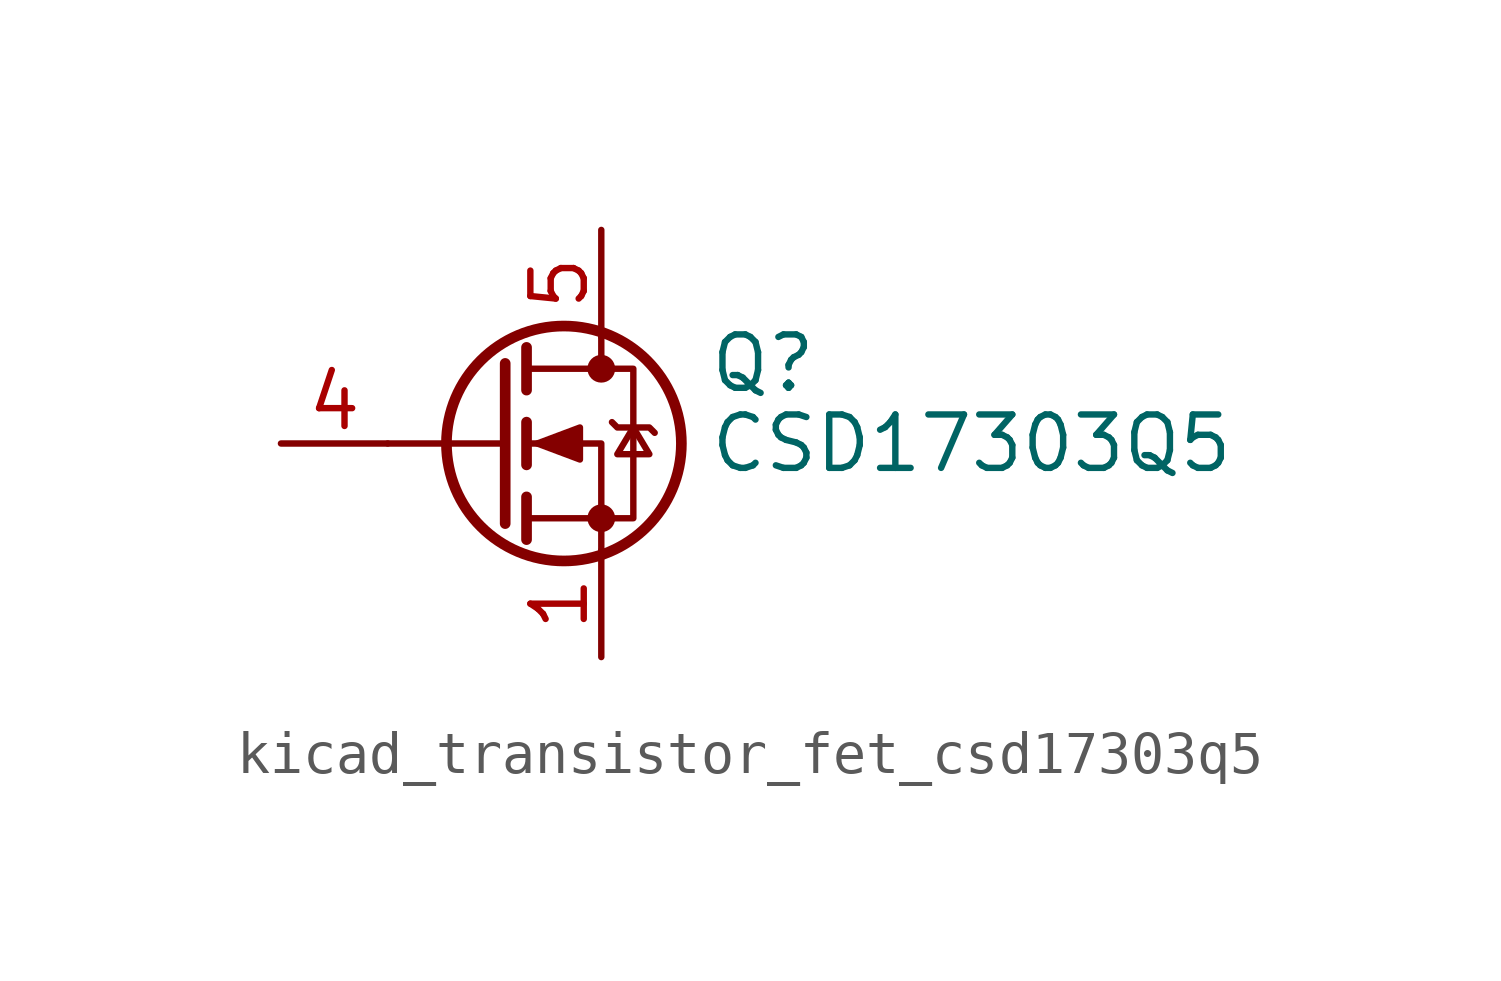
<source format=kicad_sym>
(kicad_symbol_lib
  (version 20220914)
  (generator kicad_symbol_editor)
  (symbol "kicad_transistor_fet_csd17303q5"
    (pin_names hide)
    (property "Reference" "Q"
      (at 5.08 1.905 0)
      (effects (font (size 1.27 1.27)) (justify left)))
    (property "Value" "CSD17303Q5"
      (at 5.08 0 0)
      (effects (font (size 1.27 1.27)) (justify left)))
    (symbol "kicad_transistor_fet_csd17303q5_0_1"
      (polyline (pts (xy 0.254 0) (xy -2.54 0)) (stroke (width 0) (type default)) (fill (type none)))
      (polyline (pts (xy 0.254 1.905) (xy 0.254 -1.905)) (stroke (width 0.254) (type default)) (fill (type none)))
      (polyline (pts (xy 0.762 -1.27) (xy 0.762 -2.286)) (stroke (width 0.254) (type default)) (fill (type none)))
      (polyline (pts (xy 0.762 0.508) (xy 0.762 -0.508)) (stroke (width 0.254) (type default)) (fill (type none)))
      (polyline (pts (xy 0.762 2.286) (xy 0.762 1.27)) (stroke (width 0.254) (type default)) (fill (type none)))
      (polyline (pts (xy 2.54 2.54) (xy 2.54 1.778)) (stroke (width 0) (type default)) (fill (type none)))
      (polyline (pts (xy 2.54 -2.54) (xy 2.54 0) (xy 0.762 0)) (stroke (width 0) (type default)) (fill (type none)))
      (polyline (pts (xy 0.762 -1.778) (xy 3.302 -1.778) (xy 3.302 1.778) (xy 0.762 1.778)) (stroke (width 0) (type default)) (fill (type none)))
      (polyline (pts (xy 1.016 0) (xy 2.032 0.381) (xy 2.032 -0.381) (xy 1.016 0)) (stroke (width 0) (type default)) (fill (type outline)))
      (polyline (pts (xy 2.794 0.508) (xy 2.921 0.381) (xy 3.683 0.381) (xy 3.81 0.254)) (stroke (width 0) (type default)) (fill (type none)))
      (polyline (pts (xy 3.302 0.381) (xy 2.921 -0.254) (xy 3.683 -0.254) (xy 3.302 0.381)) (stroke (width 0) (type default)) (fill (type none)))
      (circle (center 1.651 0) (radius 2.794) (stroke (width 0.254) (type default)) (fill (type none)))
      (circle (center 2.54 -1.778) (radius 0.254) (stroke (width 0) (type default)) (fill (type outline)))
      (circle (center 2.54 1.778) (radius 0.254) (stroke (width 0) (type default)) (fill (type outline))))
    (symbol "kicad_transistor_fet_csd17303q5_1_1"
      (pin passive line (at 2.54 -5.08 90) (length 2.54) (name "S" (effects (font (size 1.27 1.27)))) (number "1" (effects (font (size 1.27 1.27)))))
      (pin passive line (at 2.54 -5.08 90) (length 2.54) hide (name "S" (effects (font (size 1.27 1.27)))) (number "2" (effects (font (size 1.27 1.27)))))
      (pin passive line (at 2.54 -5.08 90) (length 2.54) hide (name "S" (effects (font (size 1.27 1.27)))) (number "3" (effects (font (size 1.27 1.27)))))
      (pin passive line (at -5.08 0 0) (length 2.54) (name "G" (effects (font (size 1.27 1.27)))) (number "4" (effects (font (size 1.27 1.27)))))
      (pin passive line (at 2.54 5.08 270) (length 2.54) (name "D" (effects (font (size 1.27 1.27)))) (number "5" (effects (font (size 1.27 1.27))))))))
</source>
